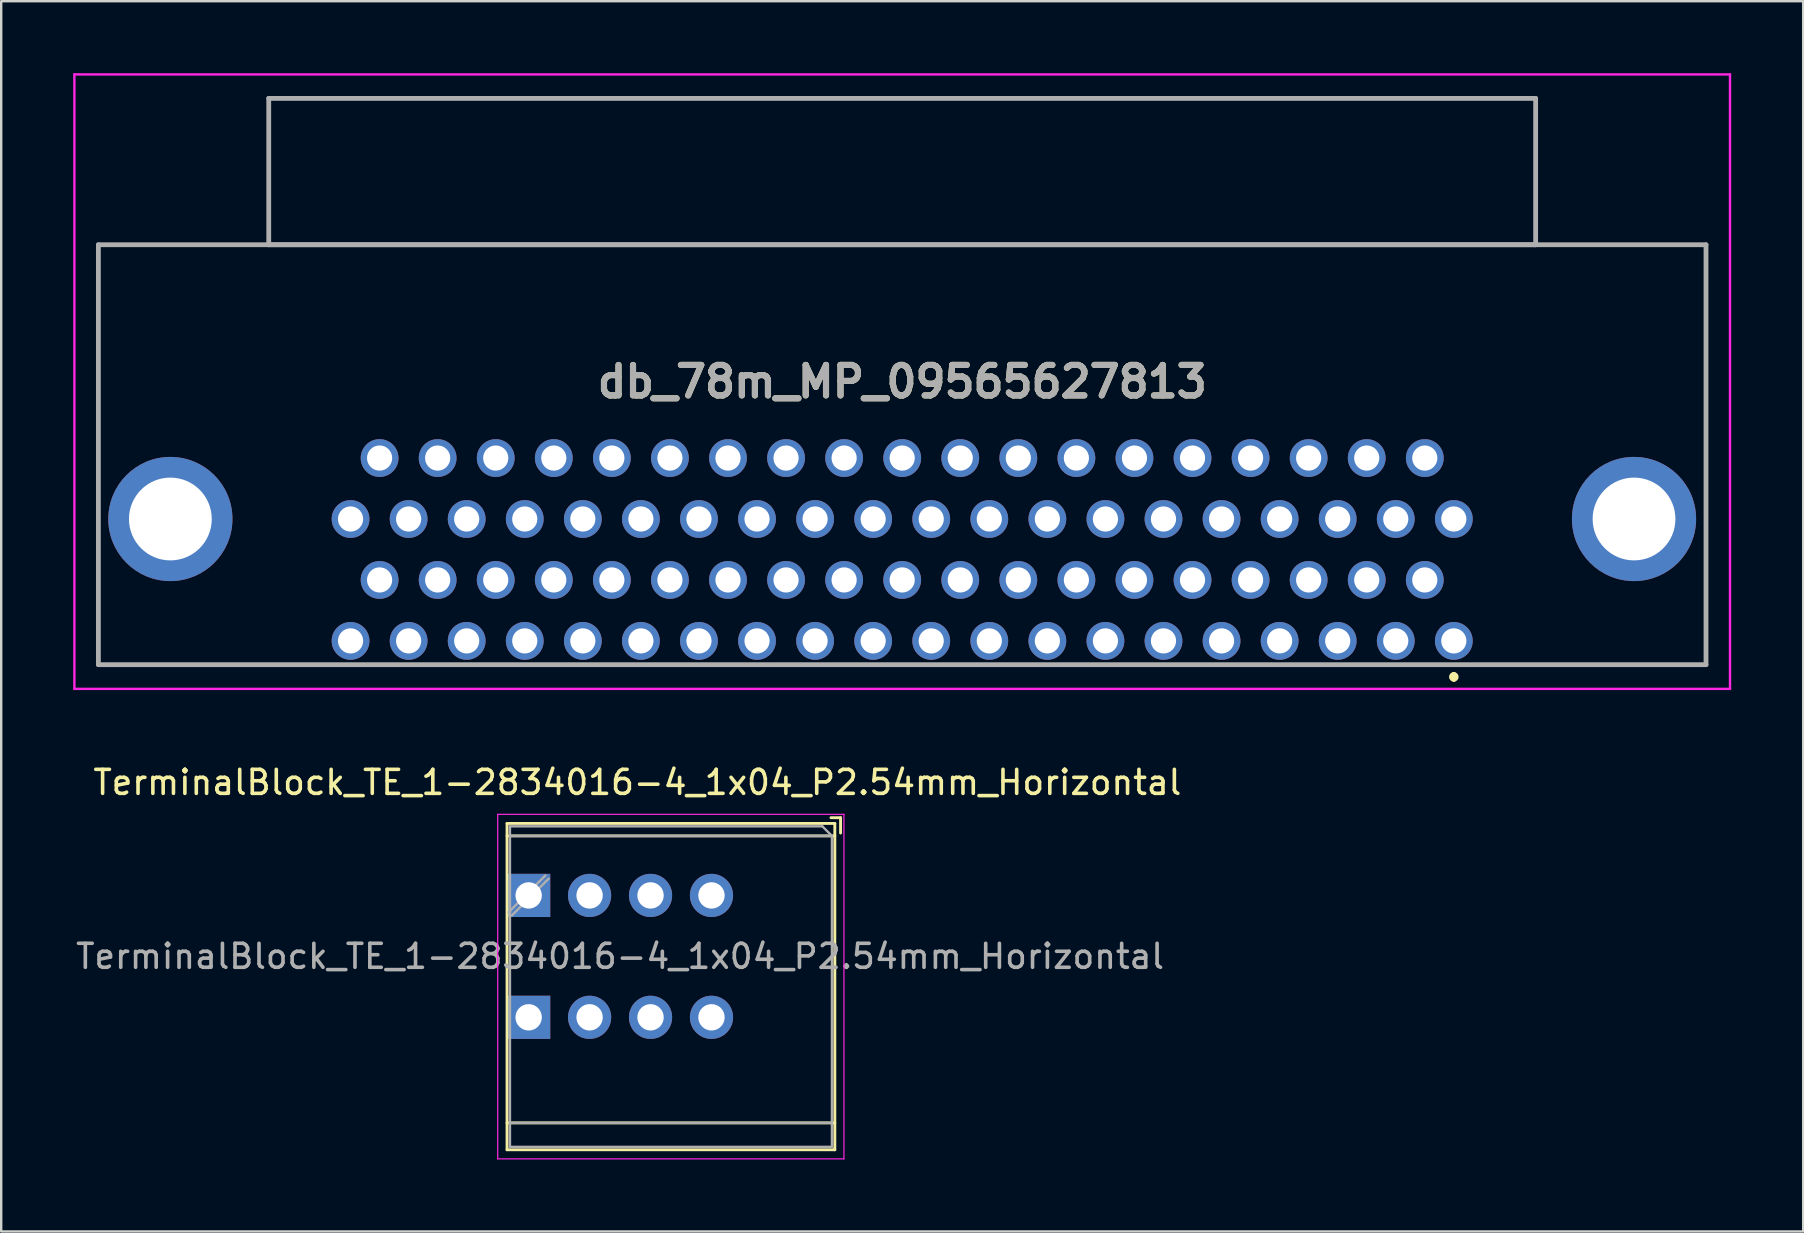
<source format=kicad_pcb>
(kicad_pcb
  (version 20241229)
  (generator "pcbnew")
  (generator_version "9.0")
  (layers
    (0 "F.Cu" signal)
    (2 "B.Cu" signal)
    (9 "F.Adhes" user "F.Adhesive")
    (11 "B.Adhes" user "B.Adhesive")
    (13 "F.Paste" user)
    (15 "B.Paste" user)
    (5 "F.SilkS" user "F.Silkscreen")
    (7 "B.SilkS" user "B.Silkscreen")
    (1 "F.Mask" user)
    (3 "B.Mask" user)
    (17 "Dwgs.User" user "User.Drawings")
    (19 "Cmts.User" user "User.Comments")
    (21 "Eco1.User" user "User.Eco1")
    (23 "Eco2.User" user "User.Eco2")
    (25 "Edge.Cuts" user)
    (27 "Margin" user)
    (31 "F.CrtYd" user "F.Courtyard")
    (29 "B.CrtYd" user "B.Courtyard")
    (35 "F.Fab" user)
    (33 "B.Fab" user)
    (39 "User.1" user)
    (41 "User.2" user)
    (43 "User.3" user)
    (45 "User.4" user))
  (footprint "TerminalBlock_TE_1-2834016-4_1x04_P2.54mm_Horizontal"
    (layer "F.Cu")
    (at 18.982 34.268)
    (property "Reference" "TerminalBlock_TE_1-2834016-4_1x04_P2.54mm_Horizontal" (at 4.53 -4.71 180) (layer "F.SilkS") (effects (font (size 1 1) (thickness 0.15))))
    (attr through_hole)
    (fp_line (start -0.9 10.6) (end -0.9 -3) (stroke (width 0.12) (type solid)) (layer "F.SilkS"))
    (fp_line (start 12.76 -3) (end -0.9 -3) (stroke (width 0.12) (type solid)) (layer "F.SilkS"))
    (fp_line (start 12.76 -2.48) (end -0.9 -2.48) (stroke (width 0.12) (type solid)) (layer "F.SilkS"))
    (fp_line (start 12.76 9.48) (end -0.9 9.48) (stroke (width 0.12) (type solid)) (layer "F.SilkS"))
    (fp_line (start 12.76 10.6) (end -0.9 10.6) (stroke (width 0.12) (type solid)) (layer "F.SilkS"))
    (fp_line (start 12.76 10.6) (end 12.76 -3) (stroke (width 0.12) (type solid)) (layer "F.SilkS"))
    (fp_line (start 13 -3.24) (end 12.6 -3.24) (stroke (width 0.12) (type solid)) (layer "F.SilkS"))
    (fp_line (start 13 -2.6) (end 13 -3.24) (stroke (width 0.12) (type solid)) (layer "F.SilkS"))
    (fp_line (start -1.289 -3.38) (end -1.289 10.98) (stroke (width 0.05) (type solid)) (layer "F.CrtYd"))
    (fp_line (start -1.289 10.98) (end 13.14 10.98) (stroke (width 0.05) (type solid)) (layer "F.CrtYd"))
    (fp_line (start 13.14 -3.38) (end -1.289 -3.38) (stroke (width 0.05) (type solid)) (layer "F.CrtYd"))
    (fp_line (start 13.14 10.98) (end 13.14 -3.38) (stroke (width 0.05) (type solid)) (layer "F.CrtYd"))
    (fp_line (start -0.779 -2.88) (end 12.24 -2.88) (stroke (width 0.1) (type solid)) (layer "F.Fab"))
    (fp_line (start -0.779 10.48) (end -0.779 -2.88) (stroke (width 0.1) (type solid)) (layer "F.Fab"))
    (fp_line (start 0.701 -0.835) (end -0.835 0.7) (stroke (width 0.1) (type solid)) (layer "F.Fab"))
    (fp_line (start 0.835 -0.7) (end -0.701 0.835) (stroke (width 0.1) (type solid)) (layer "F.Fab"))
    (fp_line (start 12.24 -2.88) (end 12.64 -2.48) (stroke (width 0.1) (type solid)) (layer "F.Fab"))
    (fp_line (start 12.64 -2.48) (end -0.779 -2.48) (stroke (width 0.1) (type solid)) (layer "F.Fab"))
    (fp_line (start 12.64 -2.48) (end 12.64 10.48) (stroke (width 0.1) (type solid)) (layer "F.Fab"))
    (fp_line (start 12.64 9.48) (end -0.779 9.48) (stroke (width 0.1) (type solid)) (layer "F.Fab"))
    (fp_line (start 12.64 10.48) (end -0.779 10.48) (stroke (width 0.1) (type solid)) (layer "F.Fab"))
    (fp_text user "${REFERENCE}" (at 3.81 2.54 180) (layer "F.Fab") (effects (font (size 1 1) (thickness 0.15))))
    (pad "1" thru_hole rect (at 0 0) (size 1.8 1.8) (drill 1.1) (layers "*.Cu" "*.Mask"))
    (pad "1" thru_hole rect (at 0 5.08) (size 1.8 1.8) (drill 1.1) (layers "*.Cu" "*.Mask"))
    (pad "2" thru_hole circle (at 2.54 0) (size 1.8 1.8) (drill 1.1) (layers "*.Cu" "*.Mask"))
    (pad "2" thru_hole circle (at 2.54 5.08) (size 1.8 1.8) (drill 1.1) (layers "*.Cu" "*.Mask"))
    (pad "3" thru_hole circle (at 5.08 0) (size 1.8 1.8) (drill 1.1) (layers "*.Cu" "*.Mask"))
    (pad "3" thru_hole circle (at 5.08 5.08) (size 1.8 1.8) (drill 1.1) (layers "*.Cu" "*.Mask"))
    (pad "4" thru_hole circle (at 7.62 0) (size 1.8 1.8) (drill 1.1) (layers "*.Cu" "*.Mask"))
    (pad "4" thru_hole circle (at 7.62 5.08) (size 1.8 1.8) (drill 1.1) (layers "*.Cu" "*.Mask")))
  (footprint "db_78m_MP_09565627813"
    (layer "F.Cu")
    (at 34.54 13.26)
    (property "Reference" "db_78m_MP_09565627813" (at 0.01 -0.405 180) (layer "F.SilkS") (effects (font (size 1.27 1.27) (thickness 0.254))))
    (attr through_hole)
    (fp_line (start -33.49 -6.1) (end -33.49 11.4) (stroke (width 0.1) (type solid)) (layer "F.SilkS"))
    (fp_line (start -33.49 11.4) (end -24.5 11.4) (stroke (width 0.1) (type solid)) (layer "F.SilkS"))
    (fp_line (start 23 11.8) (end 23 11.8) (stroke (width 0.2) (type solid)) (layer "F.SilkS"))
    (fp_line (start 23 12) (end 23 12) (stroke (width 0.2) (type solid)) (layer "F.SilkS"))
    (fp_line (start 24 11.39) (end 33.5 11.39) (stroke (width 0.1) (type solid)) (layer "F.SilkS"))
    (fp_line (start 33.5 11.39) (end 33.51 -6.1) (stroke (width 0.1) (type solid)) (layer "F.SilkS"))
    (fp_line (start 33.51 -6.1) (end -33.49 -6.1) (stroke (width 0.1) (type solid)) (layer "F.SilkS"))
    (fp_arc (start 23 11.8) (mid 23.1 11.9) (end 23 12) (stroke (width 0.2) (type solid)) (layer "F.SilkS"))
    (fp_arc (start 23 12) (mid 22.9 11.9) (end 23 11.8) (stroke (width 0.2) (type solid)) (layer "F.SilkS"))
    (fp_line (start -34.49 -13.21) (end 34.51 -13.21) (stroke (width 0.1) (type solid)) (layer "F.CrtYd"))
    (fp_line (start -34.49 12.4) (end -34.49 -13.21) (stroke (width 0.1) (type solid)) (layer "F.CrtYd"))
    (fp_line (start 34.51 -13.21) (end 34.51 12.4) (stroke (width 0.1) (type solid)) (layer "F.CrtYd"))
    (fp_line (start 34.51 12.4) (end -34.49 12.4) (stroke (width 0.1) (type solid)) (layer "F.CrtYd"))
    (fp_line (start -33.49 -6.11) (end 33.51 -6.11) (stroke (width 0.2) (type solid)) (layer "F.Fab"))
    (fp_line (start -33.49 11.39) (end -33.49 -6.11) (stroke (width 0.2) (type solid)) (layer "F.Fab"))
    (fp_line (start -26.39 -12.21) (end 26.41 -12.21) (stroke (width 0.2) (type solid)) (layer "F.Fab"))
    (fp_line (start -26.39 -6.11) (end -26.39 -12.21) (stroke (width 0.2) (type solid)) (layer "F.Fab"))
    (fp_line (start 26.41 -12.21) (end 26.41 -6.11) (stroke (width 0.2) (type solid)) (layer "F.Fab"))
    (fp_line (start 26.41 -6.11) (end -26.39 -6.11) (stroke (width 0.2) (type solid)) (layer "F.Fab"))
    (fp_line (start 33.51 -6.11) (end 33.51 11.39) (stroke (width 0.2) (type solid)) (layer "F.Fab"))
    (fp_line (start 33.51 11.39) (end -33.49 11.39) (stroke (width 0.2) (type solid)) (layer "F.Fab"))
    (fp_text user "${REFERENCE}" (at 0.01 -0.405 180) (layer "F.Fab") (effects (font (size 1.27 1.27) (thickness 0.254))))
    (pad "1" thru_hole circle (at 23 10.4 180) (size 1.575 1.575) (drill 1.05) (layers "*.Cu" "*.Mask"))
    (pad "2" thru_hole circle (at 20.58 10.4 180) (size 1.575 1.575) (drill 1.05) (layers "*.Cu" "*.Mask"))
    (pad "3" thru_hole circle (at 18.16 10.4 180) (size 1.575 1.575) (drill 1.05) (layers "*.Cu" "*.Mask"))
    (pad "4" thru_hole circle (at 15.74 10.4 180) (size 1.575 1.575) (drill 1.05) (layers "*.Cu" "*.Mask"))
    (pad "5" thru_hole circle (at 13.32 10.4 180) (size 1.575 1.575) (drill 1.05) (layers "*.Cu" "*.Mask"))
    (pad "6" thru_hole circle (at 10.9 10.4 180) (size 1.575 1.575) (drill 1.05) (layers "*.Cu" "*.Mask"))
    (pad "7" thru_hole circle (at 8.48 10.4 180) (size 1.575 1.575) (drill 1.05) (layers "*.Cu" "*.Mask"))
    (pad "8" thru_hole circle (at 6.06 10.4 180) (size 1.575 1.575) (drill 1.05) (layers "*.Cu" "*.Mask"))
    (pad "9" thru_hole circle (at 3.64 10.4 180) (size 1.575 1.575) (drill 1.05) (layers "*.Cu" "*.Mask"))
    (pad "10" thru_hole circle (at 1.22 10.4 180) (size 1.575 1.575) (drill 1.05) (layers "*.Cu" "*.Mask"))
    (pad "11" thru_hole circle (at -1.2 10.4 180) (size 1.575 1.575) (drill 1.05) (layers "*.Cu" "*.Mask"))
    (pad "12" thru_hole circle (at -3.62 10.4 180) (size 1.575 1.575) (drill 1.05) (layers "*.Cu" "*.Mask"))
    (pad "13" thru_hole circle (at -6.04 10.4 180) (size 1.575 1.575) (drill 1.05) (layers "*.Cu" "*.Mask"))
    (pad "14" thru_hole circle (at -8.46 10.4 180) (size 1.575 1.575) (drill 1.05) (layers "*.Cu" "*.Mask"))
    (pad "15" thru_hole circle (at -10.88 10.4 180) (size 1.575 1.575) (drill 1.05) (layers "*.Cu" "*.Mask"))
    (pad "16" thru_hole circle (at -13.3 10.4 180) (size 1.575 1.575) (drill 1.05) (layers "*.Cu" "*.Mask"))
    (pad "17" thru_hole circle (at -15.72 10.4 180) (size 1.575 1.575) (drill 1.05) (layers "*.Cu" "*.Mask"))
    (pad "18" thru_hole circle (at -18.14 10.4 180) (size 1.575 1.575) (drill 1.05) (layers "*.Cu" "*.Mask"))
    (pad "19" thru_hole circle (at -20.56 10.4 180) (size 1.575 1.575) (drill 1.05) (layers "*.Cu" "*.Mask"))
    (pad "20" thru_hole circle (at -22.98 10.4 180) (size 1.575 1.575) (drill 1.05) (layers "*.Cu" "*.Mask"))
    (pad "21" thru_hole circle (at 21.79 7.86 180) (size 1.575 1.575) (drill 1.05) (layers "*.Cu" "*.Mask"))
    (pad "22" thru_hole circle (at 19.37 7.86 180) (size 1.575 1.575) (drill 1.05) (layers "*.Cu" "*.Mask"))
    (pad "23" thru_hole circle (at 16.95 7.86 180) (size 1.575 1.575) (drill 1.05) (layers "*.Cu" "*.Mask"))
    (pad "24" thru_hole circle (at 14.53 7.86 180) (size 1.575 1.575) (drill 1.05) (layers "*.Cu" "*.Mask"))
    (pad "25" thru_hole circle (at 12.11 7.86 180) (size 1.575 1.575) (drill 1.05) (layers "*.Cu" "*.Mask"))
    (pad "26" thru_hole circle (at 9.69 7.86 180) (size 1.575 1.575) (drill 1.05) (layers "*.Cu" "*.Mask"))
    (pad "27" thru_hole circle (at 7.27 7.86 180) (size 1.575 1.575) (drill 1.05) (layers "*.Cu" "*.Mask"))
    (pad "28" thru_hole circle (at 4.85 7.86 180) (size 1.575 1.575) (drill 1.05) (layers "*.Cu" "*.Mask"))
    (pad "29" thru_hole circle (at 2.43 7.86 180) (size 1.575 1.575) (drill 1.05) (layers "*.Cu" "*.Mask"))
    (pad "30" thru_hole circle (at 0.01 7.86 180) (size 1.575 1.575) (drill 1.05) (layers "*.Cu" "*.Mask"))
    (pad "31" thru_hole circle (at -2.41 7.86 180) (size 1.575 1.575) (drill 1.05) (layers "*.Cu" "*.Mask"))
    (pad "32" thru_hole circle (at -4.83 7.86 180) (size 1.575 1.575) (drill 1.05) (layers "*.Cu" "*.Mask"))
    (pad "33" thru_hole circle (at -7.25 7.86 180) (size 1.575 1.575) (drill 1.05) (layers "*.Cu" "*.Mask"))
    (pad "34" thru_hole circle (at -9.67 7.86 180) (size 1.575 1.575) (drill 1.05) (layers "*.Cu" "*.Mask"))
    (pad "35" thru_hole circle (at -12.09 7.86 180) (size 1.575 1.575) (drill 1.05) (layers "*.Cu" "*.Mask"))
    (pad "36" thru_hole circle (at -14.51 7.86 180) (size 1.575 1.575) (drill 1.05) (layers "*.Cu" "*.Mask"))
    (pad "37" thru_hole circle (at -16.93 7.86 180) (size 1.575 1.575) (drill 1.05) (layers "*.Cu" "*.Mask"))
    (pad "38" thru_hole circle (at -19.35 7.86 180) (size 1.575 1.575) (drill 1.05) (layers "*.Cu" "*.Mask"))
    (pad "39" thru_hole circle (at -21.77 7.86 180) (size 1.575 1.575) (drill 1.05) (layers "*.Cu" "*.Mask"))
    (pad "40" thru_hole circle (at 23 5.32 180) (size 1.575 1.575) (drill 1.05) (layers "*.Cu" "*.Mask"))
    (pad "41" thru_hole circle (at 20.58 5.32 180) (size 1.575 1.575) (drill 1.05) (layers "*.Cu" "*.Mask"))
    (pad "42" thru_hole circle (at 18.16 5.32 180) (size 1.575 1.575) (drill 1.05) (layers "*.Cu" "*.Mask"))
    (pad "43" thru_hole circle (at 15.74 5.32 180) (size 1.575 1.575) (drill 1.05) (layers "*.Cu" "*.Mask"))
    (pad "44" thru_hole circle (at 13.32 5.32 180) (size 1.575 1.575) (drill 1.05) (layers "*.Cu" "*.Mask"))
    (pad "45" thru_hole circle (at 10.9 5.32 180) (size 1.575 1.575) (drill 1.05) (layers "*.Cu" "*.Mask"))
    (pad "46" thru_hole circle (at 8.48 5.32 180) (size 1.575 1.575) (drill 1.05) (layers "*.Cu" "*.Mask"))
    (pad "47" thru_hole circle (at 6.06 5.32 180) (size 1.575 1.575) (drill 1.05) (layers "*.Cu" "*.Mask"))
    (pad "48" thru_hole circle (at 3.64 5.32 180) (size 1.575 1.575) (drill 1.05) (layers "*.Cu" "*.Mask"))
    (pad "49" thru_hole circle (at 1.22 5.32 180) (size 1.575 1.575) (drill 1.05) (layers "*.Cu" "*.Mask"))
    (pad "50" thru_hole circle (at -1.2 5.32 180) (size 1.575 1.575) (drill 1.05) (layers "*.Cu" "*.Mask"))
    (pad "51" thru_hole circle (at -3.62 5.32 180) (size 1.575 1.575) (drill 1.05) (layers "*.Cu" "*.Mask"))
    (pad "52" thru_hole circle (at -6.04 5.32 180) (size 1.575 1.575) (drill 1.05) (layers "*.Cu" "*.Mask"))
    (pad "53" thru_hole circle (at -8.46 5.32 180) (size 1.575 1.575) (drill 1.05) (layers "*.Cu" "*.Mask"))
    (pad "54" thru_hole circle (at -10.88 5.32 180) (size 1.575 1.575) (drill 1.05) (layers "*.Cu" "*.Mask"))
    (pad "55" thru_hole circle (at -13.3 5.32 180) (size 1.575 1.575) (drill 1.05) (layers "*.Cu" "*.Mask"))
    (pad "56" thru_hole circle (at -15.72 5.32 180) (size 1.575 1.575) (drill 1.05) (layers "*.Cu" "*.Mask"))
    (pad "57" thru_hole circle (at -18.14 5.32 180) (size 1.575 1.575) (drill 1.05) (layers "*.Cu" "*.Mask"))
    (pad "58" thru_hole circle (at -20.56 5.32 180) (size 1.575 1.575) (drill 1.05) (layers "*.Cu" "*.Mask"))
    (pad "59" thru_hole circle (at -22.98 5.32 180) (size 1.575 1.575) (drill 1.05) (layers "*.Cu" "*.Mask"))
    (pad "60" thru_hole circle (at 21.79 2.78 180) (size 1.575 1.575) (drill 1.05) (layers "*.Cu" "*.Mask"))
    (pad "61" thru_hole circle (at 19.37 2.78 180) (size 1.575 1.575) (drill 1.05) (layers "*.Cu" "*.Mask"))
    (pad "62" thru_hole circle (at 16.95 2.78 180) (size 1.575 1.575) (drill 1.05) (layers "*.Cu" "*.Mask"))
    (pad "63" thru_hole circle (at 14.53 2.78 180) (size 1.575 1.575) (drill 1.05) (layers "*.Cu" "*.Mask"))
    (pad "64" thru_hole circle (at 12.11 2.78 180) (size 1.575 1.575) (drill 1.05) (layers "*.Cu" "*.Mask"))
    (pad "65" thru_hole circle (at 9.69 2.78 180) (size 1.575 1.575) (drill 1.05) (layers "*.Cu" "*.Mask"))
    (pad "66" thru_hole circle (at 7.27 2.78 180) (size 1.575 1.575) (drill 1.05) (layers "*.Cu" "*.Mask"))
    (pad "67" thru_hole circle (at 4.85 2.78 180) (size 1.575 1.575) (drill 1.05) (layers "*.Cu" "*.Mask"))
    (pad "68" thru_hole circle (at 2.43 2.78 180) (size 1.575 1.575) (drill 1.05) (layers "*.Cu" "*.Mask"))
    (pad "69" thru_hole circle (at 0.01 2.78 180) (size 1.575 1.575) (drill 1.05) (layers "*.Cu" "*.Mask"))
    (pad "70" thru_hole circle (at -2.41 2.78 180) (size 1.575 1.575) (drill 1.05) (layers "*.Cu" "*.Mask"))
    (pad "71" thru_hole circle (at -4.83 2.78 180) (size 1.575 1.575) (drill 1.05) (layers "*.Cu" "*.Mask"))
    (pad "72" thru_hole circle (at -7.25 2.78 180) (size 1.575 1.575) (drill 1.05) (layers "*.Cu" "*.Mask"))
    (pad "73" thru_hole circle (at -9.67 2.78 180) (size 1.575 1.575) (drill 1.05) (layers "*.Cu" "*.Mask"))
    (pad "74" thru_hole circle (at -12.09 2.78 180) (size 1.575 1.575) (drill 1.05) (layers "*.Cu" "*.Mask"))
    (pad "75" thru_hole circle (at -14.51 2.78 180) (size 1.575 1.575) (drill 1.05) (layers "*.Cu" "*.Mask"))
    (pad "76" thru_hole circle (at -16.93 2.78 180) (size 1.575 1.575) (drill 1.05) (layers "*.Cu" "*.Mask"))
    (pad "77" thru_hole circle (at -19.35 2.78 180) (size 1.575 1.575) (drill 1.05) (layers "*.Cu" "*.Mask"))
    (pad "78" thru_hole circle (at -21.77 2.78 180) (size 1.575 1.575) (drill 1.05) (layers "*.Cu" "*.Mask"))
    (pad "MP" thru_hole circle (at -30.49 5.32 180) (size 5.175 5.175) (drill 3.45) (layers "*.Cu" "*.Mask"))
    (pad "MP" thru_hole circle (at 30.51 5.32 180) (size 5.175 5.175) (drill 3.45) (layers "*.Cu" "*.Mask")))
  (gr_rect
    (start -3 -3)
    (end 72.1 48.273)
    (stroke (width 0.1) (type default))
    (fill no)
    (layer "Edge.Cuts")))
</source>
